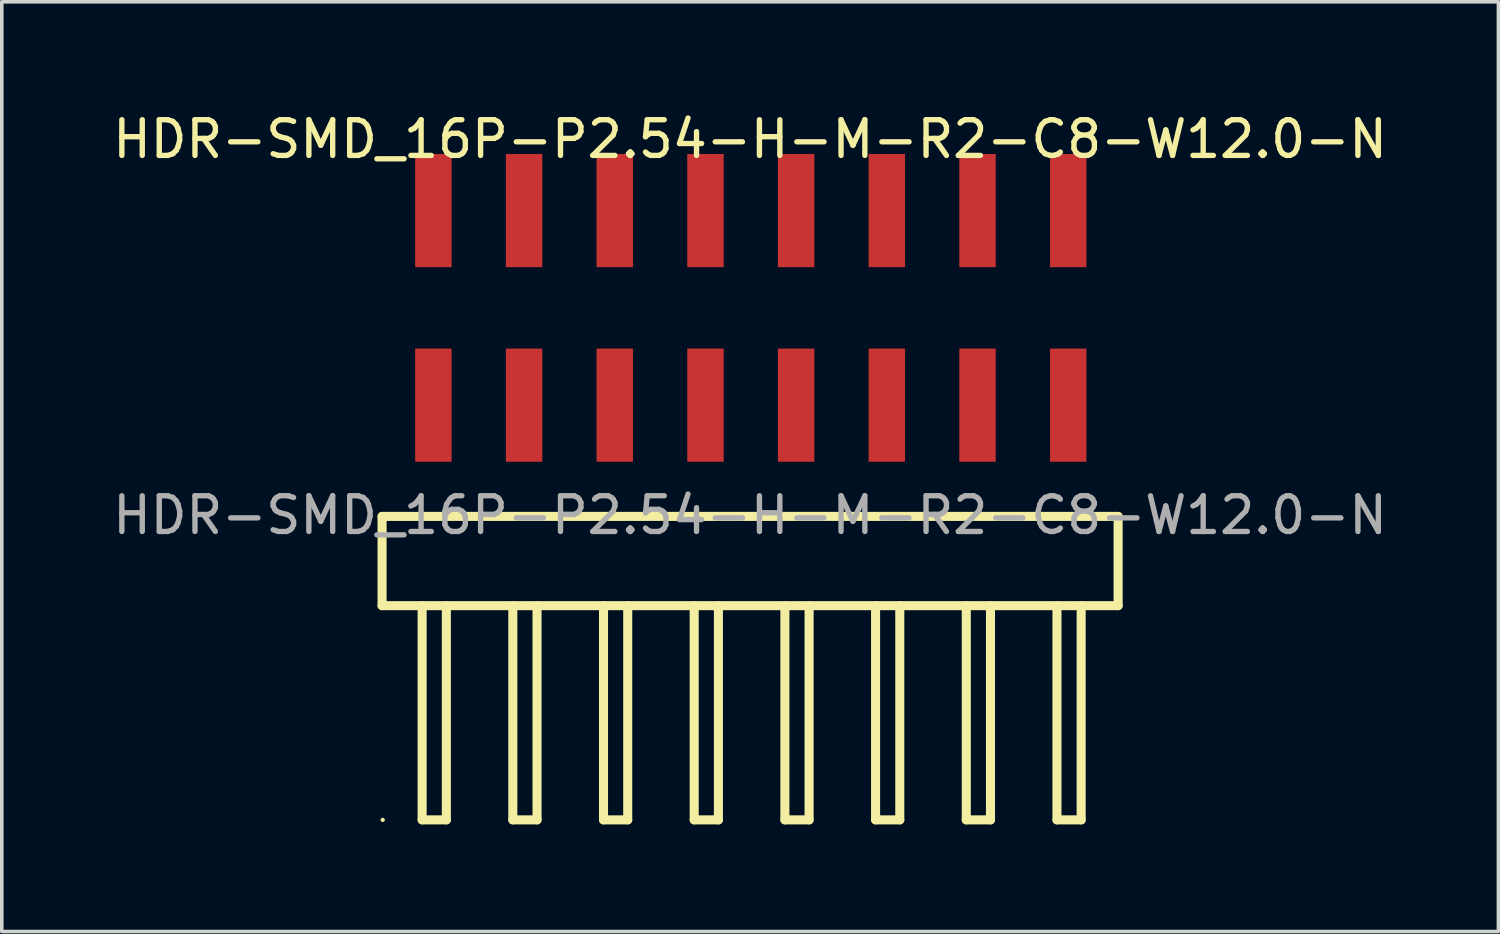
<source format=kicad_pcb>
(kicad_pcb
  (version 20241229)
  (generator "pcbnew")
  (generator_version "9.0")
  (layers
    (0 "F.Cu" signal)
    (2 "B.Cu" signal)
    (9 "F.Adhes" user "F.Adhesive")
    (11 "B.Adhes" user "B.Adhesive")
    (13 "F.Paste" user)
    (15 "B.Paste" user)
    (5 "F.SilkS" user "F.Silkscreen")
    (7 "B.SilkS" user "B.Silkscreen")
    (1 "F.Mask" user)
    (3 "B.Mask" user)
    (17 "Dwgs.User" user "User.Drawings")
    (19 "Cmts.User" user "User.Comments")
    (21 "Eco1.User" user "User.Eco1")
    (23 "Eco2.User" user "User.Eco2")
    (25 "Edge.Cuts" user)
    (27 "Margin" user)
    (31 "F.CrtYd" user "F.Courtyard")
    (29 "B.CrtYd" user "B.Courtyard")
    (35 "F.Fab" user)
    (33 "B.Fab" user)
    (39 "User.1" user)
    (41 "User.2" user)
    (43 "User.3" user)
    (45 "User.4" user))
  (footprint "HDR-SMD_16P-P2.54-H-M-R2-C8-W12.0-N"
    (layer "F.Cu")
    (at 17.978 5.573)
    (property "Reference" "HDR-SMD_16P-P2.54-H-M-R2-C8-W12.0-N" (at -0.02 -4.725 0) (layer "F.SilkS") (effects (font (size 1 1) (thickness 0.15))))
    (attr smd)
    (fp_line (start -10.327 5.841) (end -10.327 8.34) (stroke (width 0.254) (type solid)) (layer "F.SilkS"))
    (fp_line (start -10.327 8.34) (end 10.288 8.34) (stroke (width 0.254) (type solid)) (layer "F.SilkS"))
    (fp_line (start -9.205 8.34) (end -9.205 14.339) (stroke (width 0.254) (type solid)) (layer "F.SilkS"))
    (fp_line (start -9.205 14.339) (end -8.527 14.339) (stroke (width 0.254) (type solid)) (layer "F.SilkS"))
    (fp_line (start -8.527 14.339) (end -8.527 8.34) (stroke (width 0.254) (type solid)) (layer "F.SilkS"))
    (fp_line (start -6.665 8.34) (end -6.665 14.339) (stroke (width 0.254) (type solid)) (layer "F.SilkS"))
    (fp_line (start -6.665 14.339) (end -5.987 14.339) (stroke (width 0.254) (type solid)) (layer "F.SilkS"))
    (fp_line (start -5.987 14.339) (end -5.987 8.34) (stroke (width 0.254) (type solid)) (layer "F.SilkS"))
    (fp_line (start -4.125 8.34) (end -4.125 14.339) (stroke (width 0.254) (type solid)) (layer "F.SilkS"))
    (fp_line (start -4.125 14.339) (end -3.447 14.339) (stroke (width 0.254) (type solid)) (layer "F.SilkS"))
    (fp_line (start -3.447 14.339) (end -3.447 8.34) (stroke (width 0.254) (type solid)) (layer "F.SilkS"))
    (fp_line (start -1.585 8.34) (end -1.585 14.339) (stroke (width 0.254) (type solid)) (layer "F.SilkS"))
    (fp_line (start -1.585 14.339) (end -0.907 14.339) (stroke (width 0.254) (type solid)) (layer "F.SilkS"))
    (fp_line (start -0.907 14.339) (end -0.907 8.34) (stroke (width 0.254) (type solid)) (layer "F.SilkS"))
    (fp_line (start 0.955 8.34) (end 0.955 14.339) (stroke (width 0.254) (type solid)) (layer "F.SilkS"))
    (fp_line (start 0.955 14.339) (end 1.633 14.339) (stroke (width 0.254) (type solid)) (layer "F.SilkS"))
    (fp_line (start 1.633 14.339) (end 1.633 8.34) (stroke (width 0.254) (type solid)) (layer "F.SilkS"))
    (fp_line (start 3.495 8.34) (end 3.495 14.339) (stroke (width 0.254) (type solid)) (layer "F.SilkS"))
    (fp_line (start 3.495 14.339) (end 4.173 14.339) (stroke (width 0.254) (type solid)) (layer "F.SilkS"))
    (fp_line (start 4.173 14.339) (end 4.173 8.34) (stroke (width 0.254) (type solid)) (layer "F.SilkS"))
    (fp_line (start 6.035 8.34) (end 6.035 14.339) (stroke (width 0.254) (type solid)) (layer "F.SilkS"))
    (fp_line (start 6.035 14.339) (end 6.713 14.339) (stroke (width 0.254) (type solid)) (layer "F.SilkS"))
    (fp_line (start 6.713 14.339) (end 6.713 8.34) (stroke (width 0.254) (type solid)) (layer "F.SilkS"))
    (fp_line (start 8.575 8.34) (end 8.575 14.339) (stroke (width 0.254) (type solid)) (layer "F.SilkS"))
    (fp_line (start 8.575 14.339) (end 9.253 14.339) (stroke (width 0.254) (type solid)) (layer "F.SilkS"))
    (fp_line (start 9.253 14.339) (end 9.253 8.34) (stroke (width 0.254) (type solid)) (layer "F.SilkS"))
    (fp_line (start 10.288 5.841) (end -10.327 5.841) (stroke (width 0.254) (type solid)) (layer "F.SilkS"))
    (fp_line (start 10.288 8.34) (end 10.288 5.841) (stroke (width 0.254) (type solid)) (layer "F.SilkS"))
    (fp_circle (center -10.31 14.34) (end -10.28 14.34) (stroke (width 0.06) (type solid)) (fill no) (layer "F.SilkS"))
    (fp_text user "${REFERENCE}" (at -0.02 5.807 0) (layer "F.Fab") (effects (font (size 1 1) (thickness 0.15))))
    (pad "1" smd rect (at -8.89 2.725 180) (size 1.02 3.17) (layers "F.Cu" "F.Mask" "F.Paste"))
    (pad "2" smd rect (at -8.89 -2.725 180) (size 1.02 3.17) (layers "F.Cu" "F.Mask" "F.Paste"))
    (pad "3" smd rect (at -6.35 2.725 180) (size 1.02 3.17) (layers "F.Cu" "F.Mask" "F.Paste"))
    (pad "4" smd rect (at -6.35 -2.725 180) (size 1.02 3.17) (layers "F.Cu" "F.Mask" "F.Paste"))
    (pad "5" smd rect (at -3.81 2.725 180) (size 1.02 3.17) (layers "F.Cu" "F.Mask" "F.Paste"))
    (pad "6" smd rect (at -3.81 -2.725 180) (size 1.02 3.17) (layers "F.Cu" "F.Mask" "F.Paste"))
    (pad "7" smd rect (at -1.27 2.725 180) (size 1.02 3.17) (layers "F.Cu" "F.Mask" "F.Paste"))
    (pad "8" smd rect (at -1.27 -2.725 180) (size 1.02 3.17) (layers "F.Cu" "F.Mask" "F.Paste"))
    (pad "9" smd rect (at 1.27 2.725 180) (size 1.02 3.17) (layers "F.Cu" "F.Mask" "F.Paste"))
    (pad "10" smd rect (at 1.27 -2.725 180) (size 1.02 3.17) (layers "F.Cu" "F.Mask" "F.Paste"))
    (pad "11" smd rect (at 3.81 2.725 180) (size 1.02 3.17) (layers "F.Cu" "F.Mask" "F.Paste"))
    (pad "12" smd rect (at 3.81 -2.725 180) (size 1.02 3.17) (layers "F.Cu" "F.Mask" "F.Paste"))
    (pad "13" smd rect (at 6.35 2.725 180) (size 1.02 3.17) (layers "F.Cu" "F.Mask" "F.Paste"))
    (pad "14" smd rect (at 6.35 -2.725 180) (size 1.02 3.17) (layers "F.Cu" "F.Mask" "F.Paste"))
    (pad "15" smd rect (at 8.89 2.725 180) (size 1.02 3.17) (layers "F.Cu" "F.Mask" "F.Paste"))
    (pad "16" smd rect (at 8.89 -2.725 180) (size 1.02 3.17) (layers "F.Cu" "F.Mask" "F.Paste")))
  (gr_rect
    (start -3 -3)
    (end 38.917 23.04)
    (stroke (width 0.1) (type default))
    (fill no)
    (layer "Edge.Cuts")))
</source>
